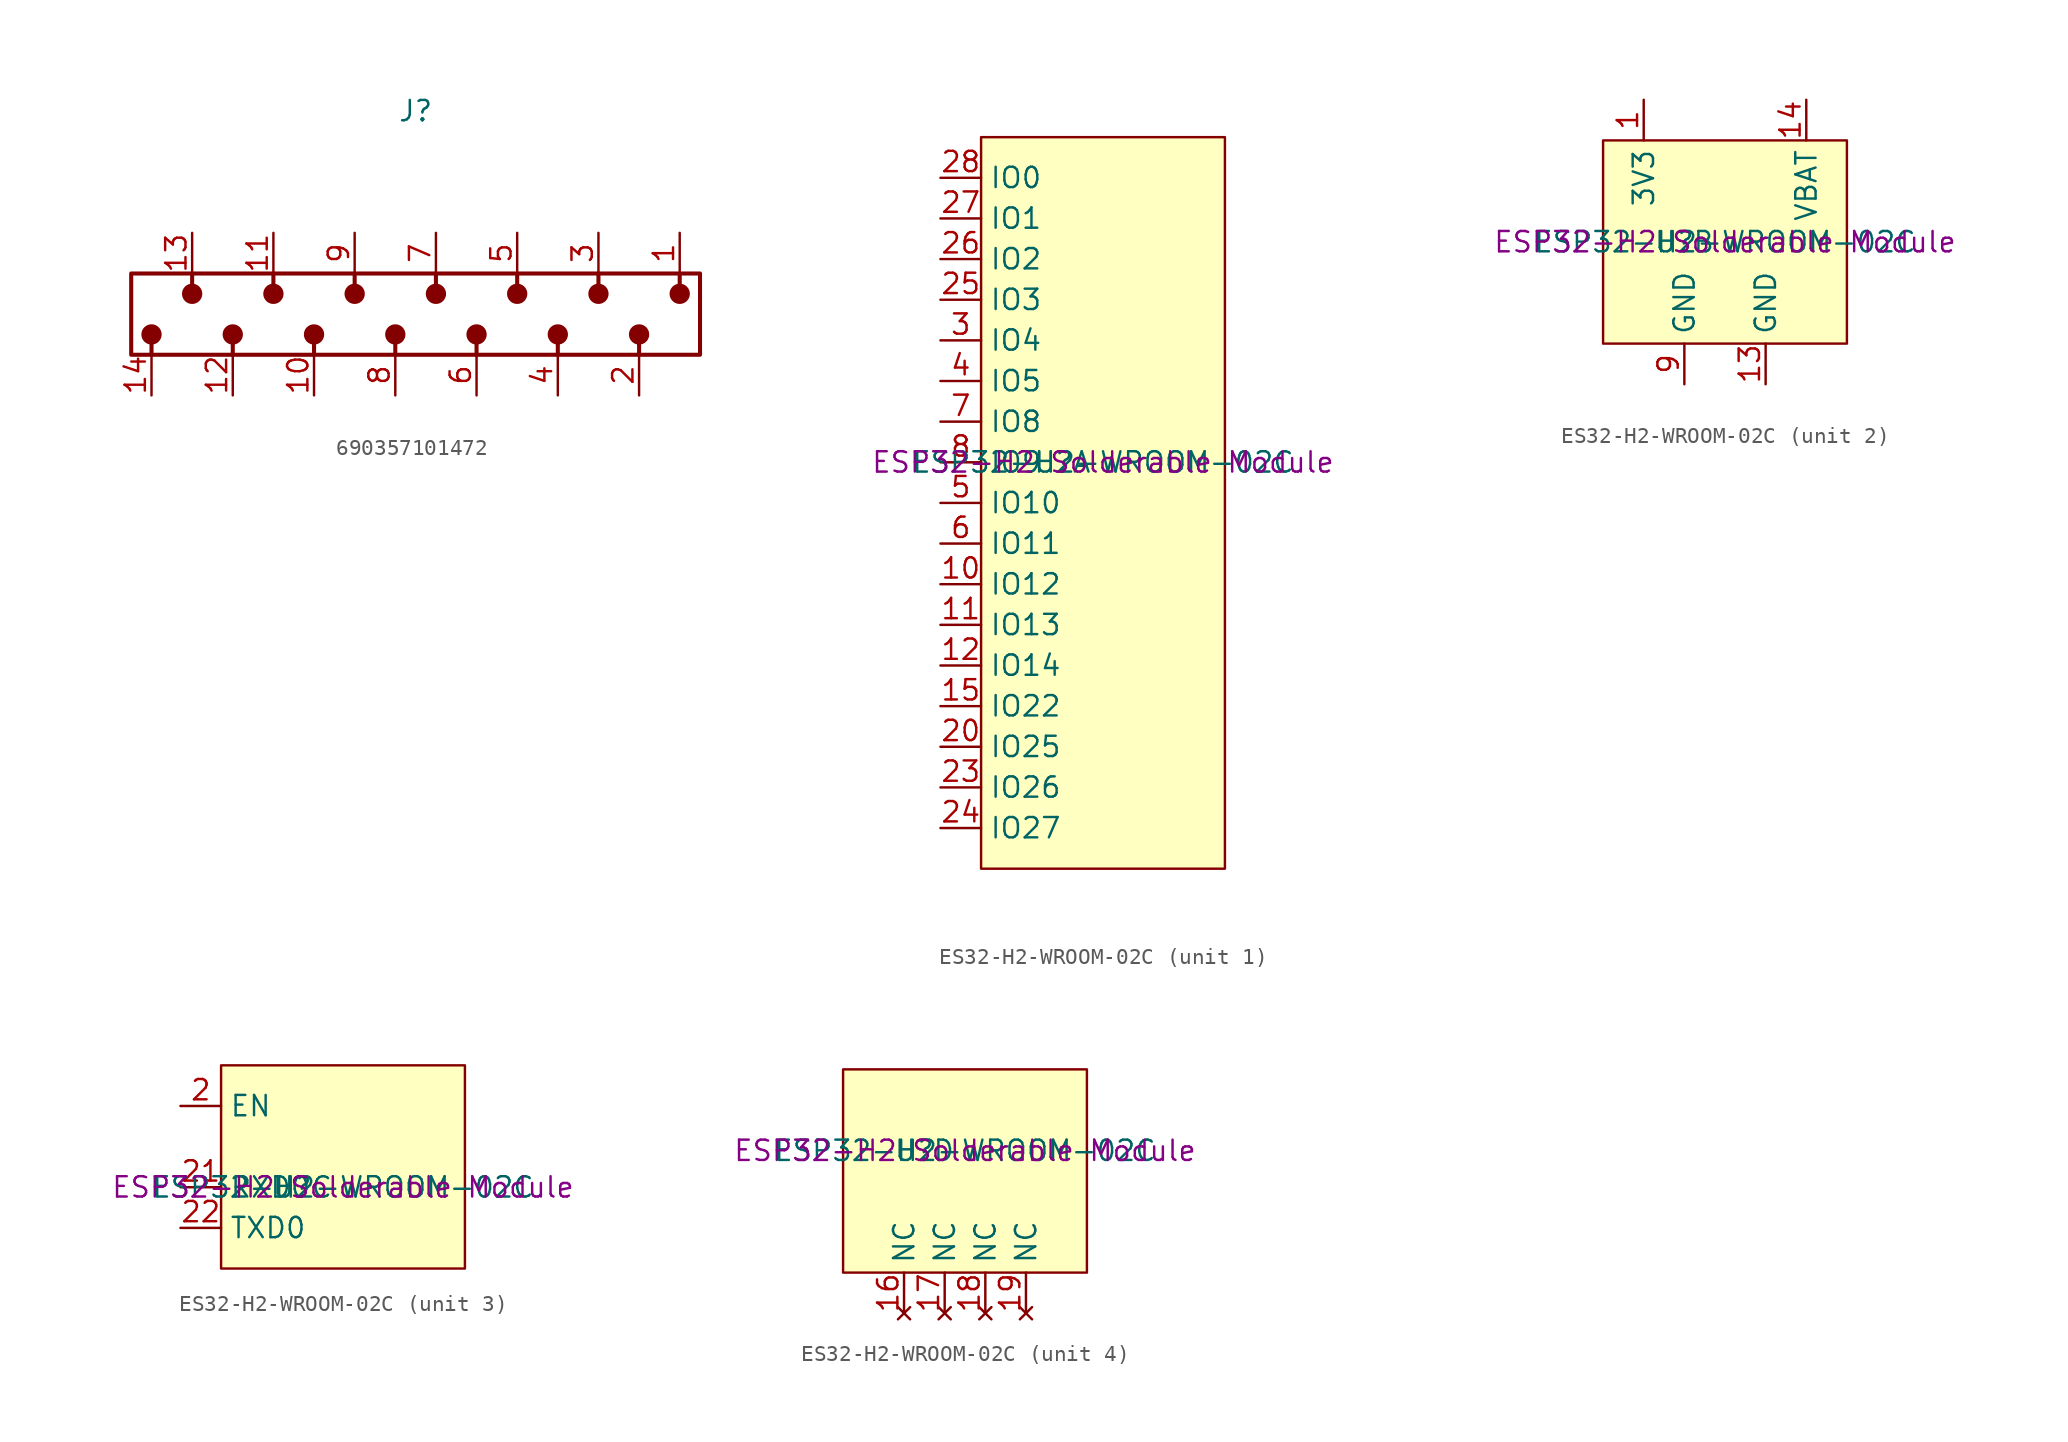
<source format=kicad_sym>
(kicad_symbol_lib
  (version 20241209)
  (generator "kicad_symbol_editor")
  (generator_version "9.0")
  (symbol "690357101472"
    (pin_names
      (hide yes))
    (property "Reference" "J"
      (at 0 12.7 0)
      (effects (font (size 1.27 1.27))))
    (symbol "690357101472_1_1"
      (rectangle (start -17.78 2.54) (end 17.78 -2.54) (stroke (width 0.254) (type solid)) (fill (type none)))
      (circle (center -16.51 -1.27) (radius 0.508) (stroke (width 0.254) (type solid)) (fill (type outline)))
      (polyline (pts (xy -16.51 -1.778) (xy -16.51 -2.54)) (stroke (width 0.254) (type solid)) (fill (type none)))
      (polyline (pts (xy -13.97 1.778) (xy -13.97 2.54)) (stroke (width 0.254) (type solid)) (fill (type none)))
      (circle (center -13.97 1.27) (radius 0.508) (stroke (width 0.254) (type solid)) (fill (type outline)))
      (circle (center -11.43 -1.27) (radius 0.508) (stroke (width 0.254) (type solid)) (fill (type outline)))
      (polyline (pts (xy -11.43 -1.778) (xy -11.43 -2.54)) (stroke (width 0.254) (type solid)) (fill (type none)))
      (polyline (pts (xy -8.89 1.778) (xy -8.89 2.54)) (stroke (width 0.254) (type solid)) (fill (type none)))
      (circle (center -8.89 1.27) (radius 0.508) (stroke (width 0.254) (type solid)) (fill (type outline)))
      (circle (center -6.35 -1.27) (radius 0.508) (stroke (width 0.254) (type solid)) (fill (type outline)))
      (polyline (pts (xy -6.35 -1.778) (xy -6.35 -2.54)) (stroke (width 0.254) (type solid)) (fill (type none)))
      (polyline (pts (xy -3.81 1.778) (xy -3.81 2.54)) (stroke (width 0.254) (type solid)) (fill (type none)))
      (circle (center -3.81 1.27) (radius 0.508) (stroke (width 0.254) (type solid)) (fill (type outline)))
      (circle (center -1.27 -1.27) (radius 0.508) (stroke (width 0.254) (type solid)) (fill (type outline)))
      (polyline (pts (xy -1.27 -1.778) (xy -1.27 -2.54)) (stroke (width 0.254) (type solid)) (fill (type none)))
      (polyline (pts (xy 1.27 1.778) (xy 1.27 2.54)) (stroke (width 0.254) (type solid)) (fill (type none)))
      (circle (center 1.27 1.27) (radius 0.508) (stroke (width 0.254) (type solid)) (fill (type outline)))
      (circle (center 3.81 -1.27) (radius 0.508) (stroke (width 0.254) (type solid)) (fill (type outline)))
      (polyline (pts (xy 3.81 -1.778) (xy 3.81 -2.54)) (stroke (width 0.254) (type solid)) (fill (type none)))
      (polyline (pts (xy 6.35 1.778) (xy 6.35 2.54)) (stroke (width 0.254) (type solid)) (fill (type none)))
      (circle (center 6.35 1.27) (radius 0.508) (stroke (width 0.254) (type solid)) (fill (type outline)))
      (circle (center 8.89 -1.27) (radius 0.508) (stroke (width 0.254) (type solid)) (fill (type outline)))
      (polyline (pts (xy 8.89 -1.778) (xy 8.89 -2.54)) (stroke (width 0.254) (type solid)) (fill (type none)))
      (polyline (pts (xy 11.43 1.778) (xy 11.43 2.54)) (stroke (width 0.254) (type solid)) (fill (type none)))
      (circle (center 11.43 1.27) (radius 0.508) (stroke (width 0.254) (type solid)) (fill (type outline)))
      (circle (center 13.97 -1.27) (radius 0.508) (stroke (width 0.254) (type solid)) (fill (type outline)))
      (polyline (pts (xy 13.97 -1.778) (xy 13.97 -2.54)) (stroke (width 0.254) (type solid)) (fill (type none)))
      (polyline (pts (xy 16.51 1.778) (xy 16.51 2.54)) (stroke (width 0.254) (type solid)) (fill (type none)))
      (circle (center 16.51 1.27) (radius 0.508) (stroke (width 0.254) (type solid)) (fill (type outline)))
      (pin passive line (at -16.51 -5.08 90) (length 2.54) (name "14" (effects (font (size 1.27 1.27)))) (number "14" (effects (font (size 1.27 1.27)))))
      (pin passive line (at -13.97 5.08 270) (length 2.54) (name "13" (effects (font (size 1.27 1.27)))) (number "13" (effects (font (size 1.27 1.27)))))
      (pin passive line (at -11.43 -5.08 90) (length 2.54) (name "12" (effects (font (size 1.27 1.27)))) (number "12" (effects (font (size 1.27 1.27)))))
      (pin passive line (at -8.89 5.08 270) (length 2.54) (name "11" (effects (font (size 1.27 1.27)))) (number "11" (effects (font (size 1.27 1.27)))))
      (pin passive line (at -6.35 -5.08 90) (length 2.54) (name "10" (effects (font (size 1.27 1.27)))) (number "10" (effects (font (size 1.27 1.27)))))
      (pin passive line (at -3.81 5.08 270) (length 2.54) (name "9" (effects (font (size 1.27 1.27)))) (number "9" (effects (font (size 1.27 1.27)))))
      (pin passive line (at -1.27 -5.08 90) (length 2.54) (name "8" (effects (font (size 1.27 1.27)))) (number "8" (effects (font (size 1.27 1.27)))))
      (pin passive line (at 1.27 5.08 270) (length 2.54) (name "7" (effects (font (size 1.27 1.27)))) (number "7" (effects (font (size 1.27 1.27)))))
      (pin passive line (at 3.81 -5.08 90) (length 2.54) (name "6" (effects (font (size 1.27 1.27)))) (number "6" (effects (font (size 1.27 1.27)))))
      (pin passive line (at 6.35 5.08 270) (length 2.54) (name "5" (effects (font (size 1.27 1.27)))) (number "5" (effects (font (size 1.27 1.27)))))
      (pin passive line (at 8.89 -5.08 90) (length 2.54) (name "4" (effects (font (size 1.27 1.27)))) (number "4" (effects (font (size 1.27 1.27)))))
      (pin passive line (at 11.43 5.08 270) (length 2.54) (name "3" (effects (font (size 1.27 1.27)))) (number "3" (effects (font (size 1.27 1.27)))))
      (pin passive line (at 13.97 -5.08 90) (length 2.54) (name "2" (effects (font (size 1.27 1.27)))) (number "2" (effects (font (size 1.27 1.27)))))
      (pin passive line (at 16.51 5.08 270) (length 2.54) (name "1" (effects (font (size 1.27 1.27)))) (number "1" (effects (font (size 1.27 1.27)))))))
  (symbol "ES32-H2-WROOM-02C"
    (property "Reference" "U"
      (at -2.54 0 0)
      (effects (font (size 1.27 1.27))))
    (property "Value" "ESP32-H2-WROOM-02C"
      (at 0 0 0)
      (effects (font (size 1.27 1.27))))
    (property "Description" "ESP32-H2 Solderable Module"
      (at 0 0 0)
      (effects (font (size 1.27 1.27))))
    (property "ki_locked" ""
      (at 0 0 0)
      (effects (font (size 1.27 1.27))))
    (symbol "ES32-H2-WROOM-02C_1_1"
      (rectangle (start -7.62 20.32) (end 7.62 -25.4) (stroke (width 0) (type solid)) (fill (type background)))
      (pin bidirectional line (at -10.16 17.78 0) (length 2.54) (name "IO0" (effects (font (size 1.27 1.27)))) (number "28" (effects (font (size 1.27 1.27)))))
      (pin bidirectional line (at -10.16 15.24 0) (length 2.54) (name "IO1" (effects (font (size 1.27 1.27)))) (number "27" (effects (font (size 1.27 1.27)))))
      (pin bidirectional line (at -10.16 12.7 0) (length 2.54) (name "IO2" (effects (font (size 1.27 1.27)))) (number "26" (effects (font (size 1.27 1.27)))))
      (pin bidirectional line (at -10.16 10.16 0) (length 2.54) (name "IO3" (effects (font (size 1.27 1.27)))) (number "25" (effects (font (size 1.27 1.27)))))
      (pin bidirectional line (at -10.16 7.62 0) (length 2.54) (name "IO4" (effects (font (size 1.27 1.27)))) (number "3" (effects (font (size 1.27 1.27)))))
      (pin bidirectional line (at -10.16 5.08 0) (length 2.54) (name "IO5" (effects (font (size 1.27 1.27)))) (number "4" (effects (font (size 1.27 1.27)))))
      (pin bidirectional line (at -10.16 2.54 0) (length 2.54) (name "IO8" (effects (font (size 1.27 1.27)))) (number "7" (effects (font (size 1.27 1.27)))))
      (pin bidirectional line (at -10.16 0 0) (length 2.54) (name "IO9" (effects (font (size 1.27 1.27)))) (number "8" (effects (font (size 1.27 1.27)))))
      (pin bidirectional line (at -10.16 -2.54 0) (length 2.54) (name "IO10" (effects (font (size 1.27 1.27)))) (number "5" (effects (font (size 1.27 1.27)))))
      (pin bidirectional line (at -10.16 -5.08 0) (length 2.54) (name "IO11" (effects (font (size 1.27 1.27)))) (number "6" (effects (font (size 1.27 1.27)))))
      (pin bidirectional line (at -10.16 -7.62 0) (length 2.54) (name "IO12" (effects (font (size 1.27 1.27)))) (number "10" (effects (font (size 1.27 1.27)))))
      (pin bidirectional line (at -10.16 -10.16 0) (length 2.54) (name "IO13" (effects (font (size 1.27 1.27)))) (number "11" (effects (font (size 1.27 1.27)))))
      (pin bidirectional line (at -10.16 -12.7 0) (length 2.54) (name "IO14" (effects (font (size 1.27 1.27)))) (number "12" (effects (font (size 1.27 1.27)))))
      (pin bidirectional line (at -10.16 -15.24 0) (length 2.54) (name "IO22" (effects (font (size 1.27 1.27)))) (number "15" (effects (font (size 1.27 1.27)))))
      (pin bidirectional line (at -10.16 -17.78 0) (length 2.54) (name "IO25" (effects (font (size 1.27 1.27)))) (number "20" (effects (font (size 1.27 1.27)))))
      (pin bidirectional line (at -10.16 -20.32 0) (length 2.54) (name "IO26" (effects (font (size 1.27 1.27)))) (number "23" (effects (font (size 1.27 1.27)))))
      (pin bidirectional line (at -10.16 -22.86 0) (length 2.54) (name "IO27" (effects (font (size 1.27 1.27)))) (number "24" (effects (font (size 1.27 1.27))))))
    (symbol "ES32-H2-WROOM-02C_2_1"
      (rectangle (start -7.62 6.35) (end 7.62 -6.35) (stroke (width 0) (type solid)) (fill (type background)))
      (pin power_in line (at -5.08 8.89 270) (length 2.54) (name "3V3" (effects (font (size 1.27 1.27)))) (number "1" (effects (font (size 1.27 1.27)))))
      (pin power_in line (at -2.54 -8.89 90) (length 2.54) (name "GND" (effects (font (size 1.27 1.27)))) (number "9" (effects (font (size 1.27 1.27)))))
      (pin power_in line (at 2.54 -8.89 90) (length 2.54) (name "GND" (effects (font (size 1.27 1.27)))) (number "13" (effects (font (size 1.27 1.27)))))
      (pin power_in line (at 5.08 8.89 270) (length 2.54) (name "VBAT" (effects (font (size 1.27 1.27)))) (number "14" (effects (font (size 1.27 1.27))))))
    (symbol "ES32-H2-WROOM-02C_3_1"
      (rectangle (start -7.62 7.62) (end 7.62 -5.08) (stroke (width 0) (type solid)) (fill (type background)))
      (pin input line (at -10.16 5.08 0) (length 2.54) (name "EN" (effects (font (size 1.27 1.27)))) (number "2" (effects (font (size 1.27 1.27)))))
      (pin input line (at -10.16 0 0) (length 2.54) (name "RXD0" (effects (font (size 1.27 1.27)))) (number "21" (effects (font (size 1.27 1.27)))))
      (pin output line (at -10.16 -2.54 0) (length 2.54) (name "TXD0" (effects (font (size 1.27 1.27)))) (number "22" (effects (font (size 1.27 1.27))))))
    (symbol "ES32-H2-WROOM-02C_4_1"
      (rectangle (start -7.62 5.08) (end 7.62 -7.62) (stroke (width 0) (type solid)) (fill (type background)))
      (pin no_connect line (at -3.81 -10.16 90) (length 2.54) (name "NC" (effects (font (size 1.27 1.27)))) (number "16" (effects (font (size 1.27 1.27)))))
      (pin no_connect line (at -1.27 -10.16 90) (length 2.54) (name "NC" (effects (font (size 1.27 1.27)))) (number "17" (effects (font (size 1.27 1.27)))))
      (pin no_connect line (at 1.27 -10.16 90) (length 2.54) (name "NC" (effects (font (size 1.27 1.27)))) (number "18" (effects (font (size 1.27 1.27)))))
      (pin no_connect line (at 3.81 -10.16 90) (length 2.54) (name "NC" (effects (font (size 1.27 1.27)))) (number "19" (effects (font (size 1.27 1.27))))))))
</source>
